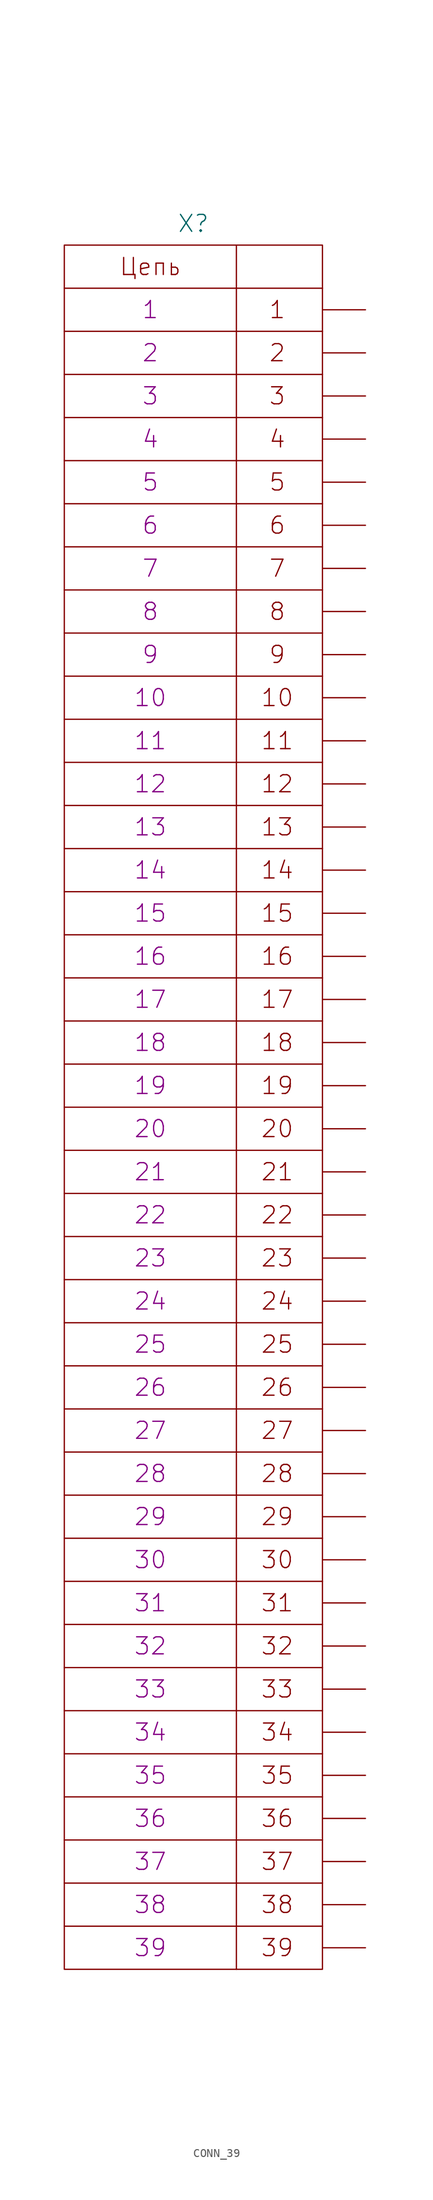
<source format=kicad_sym>
(kicad_symbol_lib
  (version 20231120)
  (generator "kicad_symbol_editor")
  (generator_version "8.0")
  (symbol "CONN_39"
    (pin_numbers hide)
    (pin_names
      (offset 0) hide)
    (property "Reference" "X"
      (at 0 104.14 0)
      (effects (font (size 2.007 2.007))))
    (property "PIN1" "1"
      (at -5.08 93.98 0)
      (effects (font (size 2.007 2.007))))
    (property "PIN2" "2"
      (at -5.08 88.9 0)
      (effects (font (size 2.007 2.007))))
    (property "PIN3" "3"
      (at -5.08 83.82 0)
      (effects (font (size 2.007 2.007))))
    (property "PIN4" "4"
      (at -5.08 78.74 0)
      (effects (font (size 2.007 2.007))))
    (property "PIN5" "5"
      (at -5.08 73.66 0)
      (effects (font (size 2.007 2.007))))
    (property "PIN6" "6"
      (at -5.08 68.58 0)
      (effects (font (size 2.007 2.007))))
    (property "PIN7" "7"
      (at -5.08 63.5 0)
      (effects (font (size 2.007 2.007))))
    (property "PIN8" "8"
      (at -5.08 58.42 0)
      (effects (font (size 2.007 2.007))))
    (property "PIN9" "9"
      (at -5.08 53.34 0)
      (effects (font (size 2.007 2.007))))
    (property "PIN10" "10"
      (at -5.08 48.26 0)
      (effects (font (size 2.007 2.007))))
    (property "PIN11" "11"
      (at -5.08 43.18 0)
      (effects (font (size 2.007 2.007))))
    (property "PIN12" "12"
      (at -5.08 38.1 0)
      (effects (font (size 2.007 2.007))))
    (property "PIN13" "13"
      (at -5.08 33.02 0)
      (effects (font (size 2.007 2.007))))
    (property "PIN14" "14"
      (at -5.08 27.94 0)
      (effects (font (size 2.007 2.007))))
    (property "PIN15" "15"
      (at -5.08 22.86 0)
      (effects (font (size 2.007 2.007))))
    (property "PIN16" "16"
      (at -5.08 17.78 0)
      (effects (font (size 2.007 2.007))))
    (property "PIN17" "17"
      (at -5.08 12.7 0)
      (effects (font (size 2.007 2.007))))
    (property "PIN18" "18"
      (at -5.08 7.62 0)
      (effects (font (size 2.007 2.007))))
    (property "PIN19" "19"
      (at -5.08 2.54 0)
      (effects (font (size 2.007 2.007))))
    (property "PIN20" "20"
      (at -5.08 -2.54 0)
      (effects (font (size 2.007 2.007))))
    (property "PIN21" "21"
      (at -5.08 -7.62 0)
      (effects (font (size 2.007 2.007))))
    (property "PIN22" "22"
      (at -5.08 -12.7 0)
      (effects (font (size 2.007 2.007))))
    (property "PIN23" "23"
      (at -5.08 -17.78 0)
      (effects (font (size 2.007 2.007))))
    (property "PIN24" "24"
      (at -5.08 -22.86 0)
      (effects (font (size 2.007 2.007))))
    (property "PIN25" "25"
      (at -5.08 -27.94 0)
      (effects (font (size 2.007 2.007))))
    (property "PIN26" "26"
      (at -5.08 -33.02 0)
      (effects (font (size 2.007 2.007))))
    (property "PIN27" "27"
      (at -5.08 -38.1 0)
      (effects (font (size 2.007 2.007))))
    (property "PIN28" "28"
      (at -5.08 -43.18 0)
      (effects (font (size 2.007 2.007))))
    (property "PIN29" "29"
      (at -5.08 -48.26 0)
      (effects (font (size 2.007 2.007))))
    (property "PIN30" "30"
      (at -5.08 -53.34 0)
      (effects (font (size 2.007 2.007))))
    (property "PIN31" "31"
      (at -5.08 -58.42 0)
      (effects (font (size 2.007 2.007))))
    (property "PIN32" "32"
      (at -5.08 -63.5 0)
      (effects (font (size 2.007 2.007))))
    (property "PIN33" "33"
      (at -5.08 -68.58 0)
      (effects (font (size 2.007 2.007))))
    (property "PIN34" "34"
      (at -5.08 -73.66 0)
      (effects (font (size 2.007 2.007))))
    (property "PIN35" "35"
      (at -5.08 -78.74 0)
      (effects (font (size 2.007 2.007))))
    (property "PIN36" "36"
      (at -5.08 -83.82 0)
      (effects (font (size 2.007 2.007))))
    (property "PIN37" "37"
      (at -5.08 -88.9 0)
      (effects (font (size 2.007 2.007))))
    (property "PIN38" "38"
      (at -5.08 -93.98 0)
      (effects (font (size 2.007 2.007))))
    (property "PIN39" "39"
      (at -5.08 -99.06 0)
      (effects (font (size 2.007 2.007))))
    (symbol "CONN_39_0_0"
      (polyline (pts (xy -15.24 -96.52) (xy 15.24 -96.52)) (stroke (width 0) (type solid)) (fill (type none)))
      (polyline (pts (xy -15.24 -91.44) (xy 15.24 -91.44)) (stroke (width 0) (type solid)) (fill (type none)))
      (polyline (pts (xy -15.24 -86.36) (xy 15.24 -86.36)) (stroke (width 0) (type solid)) (fill (type none)))
      (polyline (pts (xy -15.24 -81.28) (xy 15.24 -81.28)) (stroke (width 0) (type solid)) (fill (type none)))
      (polyline (pts (xy -15.24 -76.2) (xy 15.24 -76.2)) (stroke (width 0) (type solid)) (fill (type none)))
      (polyline (pts (xy -15.24 -71.12) (xy 15.24 -71.12)) (stroke (width 0) (type solid)) (fill (type none)))
      (polyline (pts (xy -15.24 -66.04) (xy 15.24 -66.04)) (stroke (width 0) (type solid)) (fill (type none)))
      (polyline (pts (xy -15.24 -60.96) (xy 15.24 -60.96)) (stroke (width 0) (type solid)) (fill (type none)))
      (polyline (pts (xy -15.24 -55.88) (xy 15.24 -55.88)) (stroke (width 0) (type solid)) (fill (type none)))
      (polyline (pts (xy -15.24 -50.8) (xy 15.24 -50.8)) (stroke (width 0) (type solid)) (fill (type none)))
      (polyline (pts (xy -15.24 -45.72) (xy 15.24 -45.72)) (stroke (width 0) (type solid)) (fill (type none)))
      (polyline (pts (xy -15.24 -40.64) (xy 15.24 -40.64)) (stroke (width 0) (type solid)) (fill (type none)))
      (polyline (pts (xy -15.24 -35.56) (xy 15.24 -35.56)) (stroke (width 0) (type solid)) (fill (type none)))
      (polyline (pts (xy -15.24 -30.48) (xy 15.24 -30.48)) (stroke (width 0) (type solid)) (fill (type none)))
      (polyline (pts (xy -15.24 -25.4) (xy 15.24 -25.4)) (stroke (width 0) (type solid)) (fill (type none)))
      (polyline (pts (xy -15.24 -20.32) (xy 15.24 -20.32)) (stroke (width 0) (type solid)) (fill (type none)))
      (polyline (pts (xy -15.24 -15.24) (xy 15.24 -15.24)) (stroke (width 0) (type solid)) (fill (type none)))
      (polyline (pts (xy -15.24 -10.16) (xy 15.24 -10.16)) (stroke (width 0) (type solid)) (fill (type none)))
      (polyline (pts (xy -15.24 -5.08) (xy 15.24 -5.08)) (stroke (width 0) (type solid)) (fill (type none)))
      (polyline (pts (xy -15.24 0) (xy 15.24 0)) (stroke (width 0) (type solid)) (fill (type none)))
      (polyline (pts (xy -15.24 5.08) (xy 15.24 5.08)) (stroke (width 0) (type solid)) (fill (type none)))
      (polyline (pts (xy -15.24 10.16) (xy 15.24 10.16)) (stroke (width 0) (type solid)) (fill (type none)))
      (polyline (pts (xy -15.24 15.24) (xy 15.24 15.24)) (stroke (width 0) (type solid)) (fill (type none)))
      (polyline (pts (xy -15.24 20.32) (xy 15.24 20.32)) (stroke (width 0) (type solid)) (fill (type none)))
      (polyline (pts (xy -15.24 25.4) (xy 15.24 25.4)) (stroke (width 0) (type solid)) (fill (type none)))
      (polyline (pts (xy -15.24 30.48) (xy 15.24 30.48)) (stroke (width 0) (type solid)) (fill (type none)))
      (polyline (pts (xy -15.24 35.56) (xy 15.24 35.56)) (stroke (width 0) (type solid)) (fill (type none)))
      (polyline (pts (xy -15.24 40.64) (xy 15.24 40.64)) (stroke (width 0) (type solid)) (fill (type none)))
      (polyline (pts (xy -15.24 45.72) (xy 15.24 45.72)) (stroke (width 0) (type solid)) (fill (type none)))
      (polyline (pts (xy -15.24 50.8) (xy 15.24 50.8)) (stroke (width 0) (type solid)) (fill (type none)))
      (polyline (pts (xy -15.24 55.88) (xy 15.24 55.88)) (stroke (width 0) (type solid)) (fill (type none)))
      (polyline (pts (xy -15.24 60.96) (xy 15.24 60.96)) (stroke (width 0) (type solid)) (fill (type none)))
      (polyline (pts (xy -15.24 66.04) (xy 15.24 66.04)) (stroke (width 0) (type solid)) (fill (type none)))
      (polyline (pts (xy -15.24 71.12) (xy 15.24 71.12)) (stroke (width 0) (type solid)) (fill (type none)))
      (polyline (pts (xy -15.24 76.2) (xy 15.24 76.2)) (stroke (width 0) (type solid)) (fill (type none)))
      (polyline (pts (xy -15.24 81.28) (xy 15.24 81.28)) (stroke (width 0) (type solid)) (fill (type none)))
      (polyline (pts (xy -15.24 86.36) (xy 15.24 86.36)) (stroke (width 0) (type solid)) (fill (type none)))
      (polyline (pts (xy -15.24 91.44) (xy 15.24 91.44)) (stroke (width 0) (type solid)) (fill (type none)))
      (polyline (pts (xy -15.24 96.52) (xy 15.24 96.52)) (stroke (width 0) (type solid)) (fill (type none)))
      (polyline (pts (xy 5.08 101.6) (xy 5.08 -101.6)) (stroke (width 0) (type solid)) (fill (type none)))
      (rectangle (start 15.24 101.6) (end -15.24 -101.6) (stroke (width 0) (type solid)) (fill (type none))))
    (symbol "CONN_39_1_1"
      (text "1" (at 9.906 93.98 0) (effects (font (size 2.007 2.007))))
      (text "10" (at 9.906 48.26 0) (effects (font (size 2.007 2.007))))
      (text "11" (at 9.906 43.18 0) (effects (font (size 2.007 2.007))))
      (text "12" (at 9.906 38.1 0) (effects (font (size 2.007 2.007))))
      (text "13" (at 9.906 33.02 0) (effects (font (size 2.007 2.007))))
      (text "14" (at 9.906 27.94 0) (effects (font (size 2.007 2.007))))
      (text "15" (at 9.906 22.86 0) (effects (font (size 2.007 2.007))))
      (text "16" (at 9.906 17.78 0) (effects (font (size 2.007 2.007))))
      (text "17" (at 9.906 12.7 0) (effects (font (size 2.007 2.007))))
      (text "18" (at 9.906 7.62 0) (effects (font (size 2.007 2.007))))
      (text "19" (at 9.906 2.54 0) (effects (font (size 2.007 2.007))))
      (text "2" (at 9.906 88.9 0) (effects (font (size 2.007 2.007))))
      (text "20" (at 9.906 -2.54 0) (effects (font (size 2.007 2.007))))
      (text "21" (at 9.906 -7.62 0) (effects (font (size 2.007 2.007))))
      (text "22" (at 9.906 -12.7 0) (effects (font (size 2.007 2.007))))
      (text "23" (at 9.906 -17.78 0) (effects (font (size 2.007 2.007))))
      (text "24" (at 9.906 -22.86 0) (effects (font (size 2.007 2.007))))
      (text "25" (at 9.906 -27.94 0) (effects (font (size 2.007 2.007))))
      (text "26" (at 9.906 -33.02 0) (effects (font (size 2.007 2.007))))
      (text "27" (at 9.906 -38.1 0) (effects (font (size 2.007 2.007))))
      (text "28" (at 9.906 -43.18 0) (effects (font (size 2.007 2.007))))
      (text "29" (at 9.906 -48.26 0) (effects (font (size 2.007 2.007))))
      (text "3" (at 9.906 83.82 0) (effects (font (size 2.007 2.007))))
      (text "30" (at 9.906 -53.34 0) (effects (font (size 2.007 2.007))))
      (text "31" (at 9.906 -58.42 0) (effects (font (size 2.007 2.007))))
      (text "32" (at 9.906 -63.5 0) (effects (font (size 2.007 2.007))))
      (text "33" (at 9.906 -68.58 0) (effects (font (size 2.007 2.007))))
      (text "34" (at 9.906 -73.66 0) (effects (font (size 2.007 2.007))))
      (text "35" (at 9.906 -78.74 0) (effects (font (size 2.007 2.007))))
      (text "36" (at 9.906 -83.82 0) (effects (font (size 2.007 2.007))))
      (text "37" (at 9.906 -88.9 0) (effects (font (size 2.007 2.007))))
      (text "38" (at 9.906 -93.98 0) (effects (font (size 2.007 2.007))))
      (text "39" (at 9.906 -99.06 0) (effects (font (size 2.007 2.007))))
      (text "4" (at 9.906 78.74 0) (effects (font (size 2.007 2.007))))
      (text "5" (at 9.906 73.66 0) (effects (font (size 2.007 2.007))))
      (text "6" (at 9.906 68.58 0) (effects (font (size 2.007 2.007))))
      (text "7" (at 9.906 63.5 0) (effects (font (size 2.007 2.007))))
      (text "8" (at 9.906 58.42 0) (effects (font (size 2.007 2.007))))
      (text "9" (at 9.906 53.34 0) (effects (font (size 2.007 2.007))))
      (text "Цепь" (at -5.08 99.06 0) (effects (font (size 2.007 2.007))))
      (pin passive line (at 20.32 93.98 180) (length 5.08) (name "1" (effects (font (size 2.007 2.007)))) (number "1" (effects (font (size 2.007 2.007)))))
      (pin passive line (at 20.32 48.26 180) (length 5.08) (name "10" (effects (font (size 2.007 2.007)))) (number "10" (effects (font (size 2.007 2.007)))))
      (pin passive line (at 20.32 43.18 180) (length 5.08) (name "11" (effects (font (size 2.007 2.007)))) (number "11" (effects (font (size 2.007 2.007)))))
      (pin passive line (at 20.32 38.1 180) (length 5.08) (name "12" (effects (font (size 2.007 2.007)))) (number "12" (effects (font (size 2.007 2.007)))))
      (pin passive line (at 20.32 33.02 180) (length 5.08) (name "13" (effects (font (size 2.007 2.007)))) (number "13" (effects (font (size 2.007 2.007)))))
      (pin passive line (at 20.32 27.94 180) (length 5.08) (name "14" (effects (font (size 2.007 2.007)))) (number "14" (effects (font (size 2.007 2.007)))))
      (pin passive line (at 20.32 22.86 180) (length 5.08) (name "15" (effects (font (size 2.007 2.007)))) (number "15" (effects (font (size 2.007 2.007)))))
      (pin passive line (at 20.32 17.78 180) (length 5.08) (name "16" (effects (font (size 2.007 2.007)))) (number "16" (effects (font (size 2.007 2.007)))))
      (pin passive line (at 20.32 12.7 180) (length 5.08) (name "17" (effects (font (size 2.007 2.007)))) (number "17" (effects (font (size 2.007 2.007)))))
      (pin passive line (at 20.32 7.62 180) (length 5.08) (name "18" (effects (font (size 2.007 2.007)))) (number "18" (effects (font (size 2.007 2.007)))))
      (pin passive line (at 20.32 2.54 180) (length 5.08) (name "19" (effects (font (size 2.007 2.007)))) (number "19" (effects (font (size 2.007 2.007)))))
      (pin passive line (at 20.32 88.9 180) (length 5.08) (name "2" (effects (font (size 2.007 2.007)))) (number "2" (effects (font (size 2.007 2.007)))))
      (pin passive line (at 20.32 -2.54 180) (length 5.08) (name "20" (effects (font (size 2.007 2.007)))) (number "20" (effects (font (size 2.007 2.007)))))
      (pin passive line (at 20.32 -7.62 180) (length 5.08) (name "21" (effects (font (size 2.007 2.007)))) (number "21" (effects (font (size 2.007 2.007)))))
      (pin passive line (at 20.32 -12.7 180) (length 5.08) (name "22" (effects (font (size 2.007 2.007)))) (number "22" (effects (font (size 2.007 2.007)))))
      (pin passive line (at 20.32 -17.78 180) (length 5.08) (name "23" (effects (font (size 2.007 2.007)))) (number "23" (effects (font (size 2.007 2.007)))))
      (pin passive line (at 20.32 -22.86 180) (length 5.08) (name "24" (effects (font (size 2.007 2.007)))) (number "24" (effects (font (size 2.007 2.007)))))
      (pin passive line (at 20.32 -27.94 180) (length 5.08) (name "25" (effects (font (size 2.007 2.007)))) (number "25" (effects (font (size 2.007 2.007)))))
      (pin passive line (at 20.32 -33.02 180) (length 5.08) (name "26" (effects (font (size 2.007 2.007)))) (number "26" (effects (font (size 2.007 2.007)))))
      (pin passive line (at 20.32 -38.1 180) (length 5.08) (name "27" (effects (font (size 2.007 2.007)))) (number "27" (effects (font (size 2.007 2.007)))))
      (pin passive line (at 20.32 -43.18 180) (length 5.08) (name "28" (effects (font (size 2.007 2.007)))) (number "28" (effects (font (size 2.007 2.007)))))
      (pin passive line (at 20.32 -48.26 180) (length 5.08) (name "29" (effects (font (size 2.007 2.007)))) (number "29" (effects (font (size 2.007 2.007)))))
      (pin passive line (at 20.32 83.82 180) (length 5.08) (name "3" (effects (font (size 2.007 2.007)))) (number "3" (effects (font (size 2.007 2.007)))))
      (pin passive line (at 20.32 -53.34 180) (length 5.08) (name "30" (effects (font (size 2.007 2.007)))) (number "30" (effects (font (size 2.007 2.007)))))
      (pin passive line (at 20.32 -58.42 180) (length 5.08) (name "31" (effects (font (size 2.007 2.007)))) (number "31" (effects (font (size 2.007 2.007)))))
      (pin passive line (at 20.32 -63.5 180) (length 5.08) (name "32" (effects (font (size 2.007 2.007)))) (number "32" (effects (font (size 2.007 2.007)))))
      (pin passive line (at 20.32 -68.58 180) (length 5.08) (name "33" (effects (font (size 2.007 2.007)))) (number "33" (effects (font (size 2.007 2.007)))))
      (pin passive line (at 20.32 -73.66 180) (length 5.08) (name "34" (effects (font (size 2.007 2.007)))) (number "34" (effects (font (size 2.007 2.007)))))
      (pin passive line (at 20.32 -78.74 180) (length 5.08) (name "35" (effects (font (size 2.007 2.007)))) (number "35" (effects (font (size 2.007 2.007)))))
      (pin passive line (at 20.32 -83.82 180) (length 5.08) (name "36" (effects (font (size 2.007 2.007)))) (number "36" (effects (font (size 2.007 2.007)))))
      (pin passive line (at 20.32 -88.9 180) (length 5.08) (name "37" (effects (font (size 2.007 2.007)))) (number "37" (effects (font (size 2.007 2.007)))))
      (pin passive line (at 20.32 -93.98 180) (length 5.08) (name "38" (effects (font (size 2.007 2.007)))) (number "38" (effects (font (size 2.007 2.007)))))
      (pin passive line (at 20.32 -99.06 180) (length 5.08) (name "39" (effects (font (size 2.007 2.007)))) (number "39" (effects (font (size 2.007 2.007)))))
      (pin passive line (at 20.32 78.74 180) (length 5.08) (name "4" (effects (font (size 2.007 2.007)))) (number "4" (effects (font (size 2.007 2.007)))))
      (pin passive line (at 20.32 73.66 180) (length 5.08) (name "5" (effects (font (size 2.007 2.007)))) (number "5" (effects (font (size 2.007 2.007)))))
      (pin passive line (at 20.32 68.58 180) (length 5.08) (name "6" (effects (font (size 2.007 2.007)))) (number "6" (effects (font (size 2.007 2.007)))))
      (pin passive line (at 20.32 63.5 180) (length 5.08) (name "7" (effects (font (size 2.007 2.007)))) (number "7" (effects (font (size 2.007 2.007)))))
      (pin passive line (at 20.32 58.42 180) (length 5.08) (name "8" (effects (font (size 2.007 2.007)))) (number "8" (effects (font (size 2.007 2.007)))))
      (pin passive line (at 20.32 53.34 180) (length 5.08) (name "9" (effects (font (size 2.007 2.007)))) (number "9" (effects (font (size 2.007 2.007))))))))
</source>
